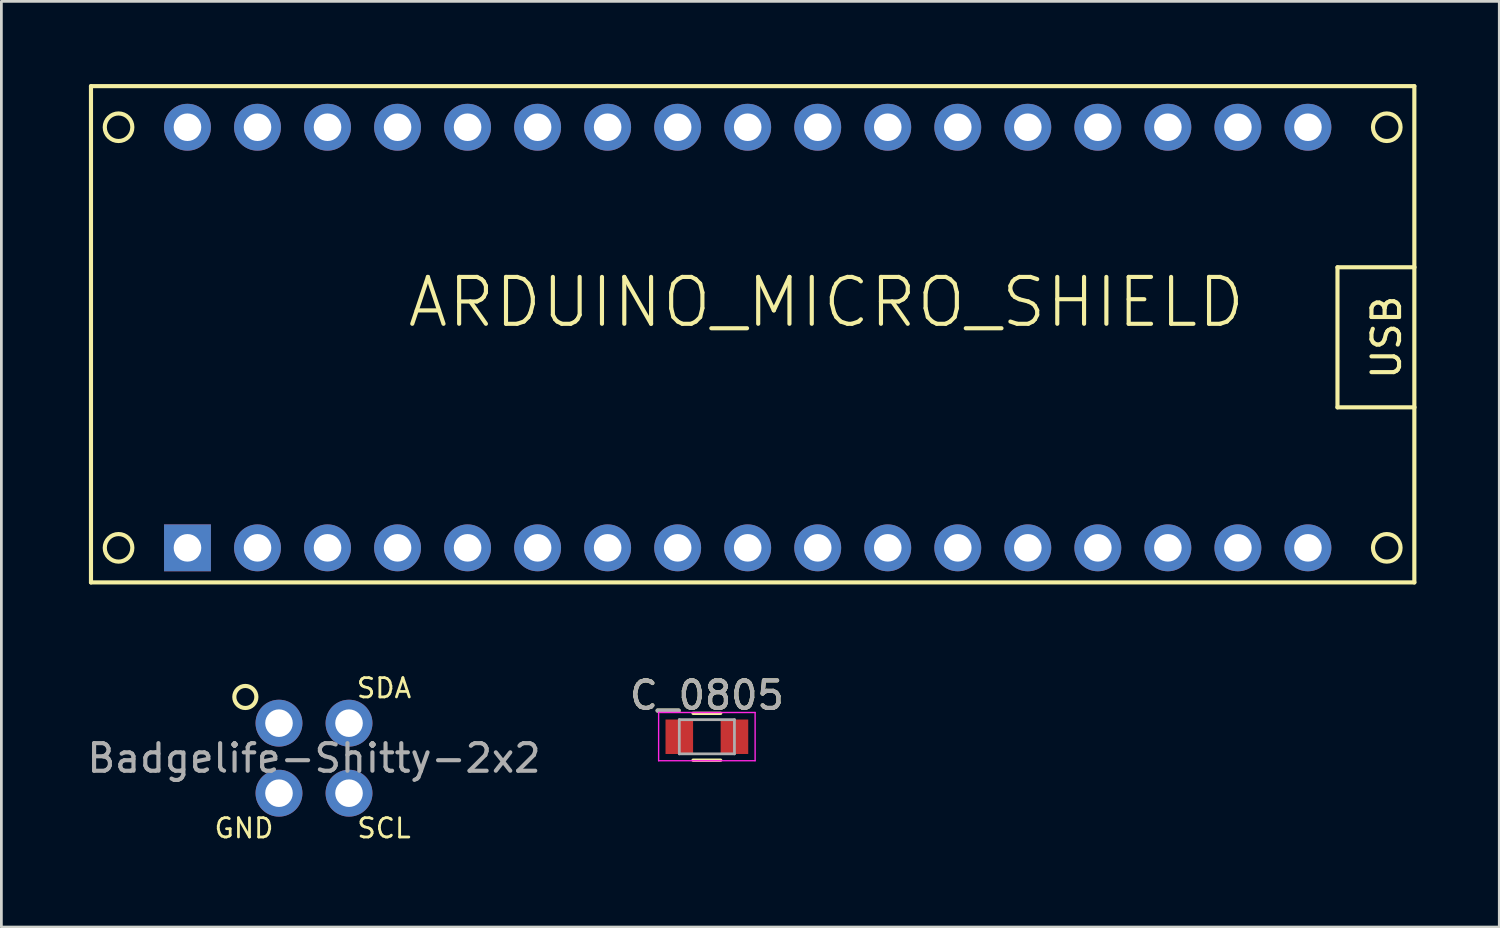
<source format=kicad_pcb>
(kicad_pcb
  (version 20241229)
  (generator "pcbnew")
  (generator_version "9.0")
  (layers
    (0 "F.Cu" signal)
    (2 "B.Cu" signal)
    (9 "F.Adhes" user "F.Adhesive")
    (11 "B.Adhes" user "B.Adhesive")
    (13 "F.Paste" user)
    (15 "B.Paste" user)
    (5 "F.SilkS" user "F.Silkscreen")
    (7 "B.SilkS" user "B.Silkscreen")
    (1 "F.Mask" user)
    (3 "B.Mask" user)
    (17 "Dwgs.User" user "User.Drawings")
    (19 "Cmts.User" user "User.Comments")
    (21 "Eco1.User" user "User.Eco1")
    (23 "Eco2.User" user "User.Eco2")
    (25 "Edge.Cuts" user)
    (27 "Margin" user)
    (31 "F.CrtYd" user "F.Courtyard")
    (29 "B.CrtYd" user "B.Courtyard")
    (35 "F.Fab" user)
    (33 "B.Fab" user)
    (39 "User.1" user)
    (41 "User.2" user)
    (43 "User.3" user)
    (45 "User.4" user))
  (footprint "ARDUINO_MICRO_SHIELD"
    (layer "F.Cu")
    (at 0.25 18.075)
    (property "Reference" "ARDUINO_MICRO_SHIELD" (at 26.67 -10.16 0) (layer "F.SilkS") (effects (font (size 1.7 1.7) (thickness 0.15))))
    (attr through_hole)
    (fp_line (start 0 -18) (end 48 -18) (stroke (width 0.15) (type solid)) (layer "F.SilkS"))
    (fp_line (start 0 0) (end 0 -18) (stroke (width 0.15) (type solid)) (layer "F.SilkS"))
    (fp_line (start 45.212 -11.43) (end 48.006 -11.43) (stroke (width 0.15) (type solid)) (layer "F.SilkS"))
    (fp_line (start 45.212 -6.35) (end 45.212 -11.43) (stroke (width 0.15) (type solid)) (layer "F.SilkS"))
    (fp_line (start 48 -18) (end 48 0) (stroke (width 0.15) (type solid)) (layer "F.SilkS"))
    (fp_line (start 48 0) (end 0 0) (stroke (width 0.15) (type solid)) (layer "F.SilkS"))
    (fp_line (start 48.006 -6.35) (end 45.212 -6.35) (stroke (width 0.15) (type solid)) (layer "F.SilkS"))
    (fp_circle (center 1 -16.51) (end 1.5 -16.51) (stroke (width 0.15) (type solid)) (fill no) (layer "F.SilkS"))
    (fp_circle (center 1 -1.254) (end 1.5 -1.254) (stroke (width 0.15) (type solid)) (fill no) (layer "F.SilkS"))
    (fp_circle (center 47 -16.51) (end 47.5 -16.51) (stroke (width 0.15) (type solid)) (fill no) (layer "F.SilkS"))
    (fp_circle (center 47 -1.254) (end 47.5 -1.254) (stroke (width 0.15) (type solid)) (fill no) (layer "F.SilkS"))
    (fp_text user "USB" (at 46.99 -8.89 90) (layer "F.SilkS") (effects (font (size 1 1) (thickness 0.15))))
    (pad "2" thru_hole circle (at 18.74 -1.254) (size 1.7 1.7) (drill 1) (layers "*.Cu" "*.Mask"))
    (pad "3" thru_hole circle (at 21.28 -1.254) (size 1.7 1.7) (drill 1) (layers "*.Cu" "*.Mask"))
    (pad "3.3V" thru_hole circle (at 41.6 -16.51) (size 1.7 1.7) (drill 1) (layers "*.Cu" "*.Mask"))
    (pad "4" thru_hole circle (at 23.82 -1.254) (size 1.7 1.7) (drill 1) (layers "*.Cu" "*.Mask"))
    (pad "5" thru_hole circle (at 26.36 -1.254) (size 1.7 1.7) (drill 1) (layers "*.Cu" "*.Mask"))
    (pad "5V" thru_hole circle (at 16.2 -16.51) (size 1.7 1.7) (drill 1) (layers "*.Cu" "*.Mask"))
    (pad "6" thru_hole circle (at 28.9 -1.254) (size 1.7 1.7) (drill 1) (layers "*.Cu" "*.Mask"))
    (pad "7" thru_hole circle (at 31.44 -1.254) (size 1.7 1.7) (drill 1) (layers "*.Cu" "*.Mask"))
    (pad "8" thru_hole circle (at 33.98 -1.254) (size 1.7 1.7) (drill 1) (layers "*.Cu" "*.Mask"))
    (pad "9" thru_hole circle (at 36.52 -1.254) (size 1.7 1.7) (drill 1) (layers "*.Cu" "*.Mask"))
    (pad "10" thru_hole circle (at 39.06 -1.254) (size 1.7 1.7) (drill 1) (layers "*.Cu" "*.Mask"))
    (pad "11" thru_hole circle (at 41.6 -1.254) (size 1.7 1.7) (drill 1) (layers "*.Cu" "*.Mask"))
    (pad "12" thru_hole circle (at 44.14 -1.254) (size 1.7 1.7) (drill 1) (layers "*.Cu" "*.Mask"))
    (pad "13" thru_hole circle (at 44.14 -16.51) (size 1.7 1.7) (drill 1) (layers "*.Cu" "*.Mask"))
    (pad "A0" thru_hole circle (at 36.52 -16.51) (size 1.7 1.7) (drill 1) (layers "*.Cu" "*.Mask"))
    (pad "A1" thru_hole circle (at 33.98 -16.51) (size 1.7 1.7) (drill 1) (layers "*.Cu" "*.Mask"))
    (pad "A2" thru_hole circle (at 31.44 -16.51) (size 1.7 1.7) (drill 1) (layers "*.Cu" "*.Mask"))
    (pad "A3" thru_hole circle (at 28.9 -16.51) (size 1.7 1.7) (drill 1) (layers "*.Cu" "*.Mask"))
    (pad "A4" thru_hole circle (at 26.36 -16.51) (size 1.7 1.7) (drill 1) (layers "*.Cu" "*.Mask"))
    (pad "A5" thru_hole circle (at 23.82 -16.51) (size 1.7 1.7) (drill 1) (layers "*.Cu" "*.Mask"))
    (pad "AREF" thru_hole circle (at 39.06 -16.51) (size 1.7 1.7) (drill 1) (layers "*.Cu" "*.Mask"))
    (pad "GND" thru_hole circle (at 11.12 -16.51) (size 1.7 1.7) (drill 1) (layers "*.Cu" "*.Mask"))
    (pad "GND" thru_hole circle (at 16.2 -1.254) (size 1.7 1.7) (drill 1) (layers "*.Cu" "*.Mask"))
    (pad "MI" thru_hole circle (at 6.04 -16.51) (size 1.7 1.7) (drill 1) (layers "*.Cu" "*.Mask"))
    (pad "MO" thru_hole rect (at 3.5 -1.254) (size 1.7 1.7) (drill 1) (layers "*.Cu" "*.Mask"))
    (pad "NC" thru_hole circle (at 18.74 -16.51) (size 1.7 1.7) (drill 1) (layers "*.Cu" "*.Mask"))
    (pad "NC" thru_hole circle (at 21.28 -16.51) (size 1.7 1.7) (drill 1) (layers "*.Cu" "*.Mask"))
    (pad "RST" thru_hole circle (at 13.66 -16.51) (size 1.7 1.7) (drill 1) (layers "*.Cu" "*.Mask"))
    (pad "RST" thru_hole circle (at 13.66 -1.254) (size 1.7 1.7) (drill 1) (layers "*.Cu" "*.Mask"))
    (pad "RX" thru_hole circle (at 11.12 -1.254) (size 1.7 1.7) (drill 1) (layers "*.Cu" "*.Mask"))
    (pad "SCK" thru_hole circle (at 3.5 -16.51) (size 1.7 1.7) (drill 1) (layers "*.Cu" "*.Mask"))
    (pad "SS" thru_hole circle (at 6.04 -1.254) (size 1.7 1.7) (drill 1) (layers "*.Cu" "*.Mask"))
    (pad "TX" thru_hole circle (at 8.58 -1.254) (size 1.7 1.7) (drill 1) (layers "*.Cu" "*.Mask"))
    (pad "VI" thru_hole circle (at 8.58 -16.51) (size 1.7 1.7) (drill 1) (layers "*.Cu" "*.Mask")))
  (footprint "Badgelife-Shitty-2x2"
    (layer "F.Cu")
    (at 8.339 24.45)
    (property "Reference" "Badgelife-Shitty-2x2" (at 0 0 0) (layer "F.Fab") (effects (font (size 1 1) (thickness 0.15))))
    (attr through_hole)
    (fp_circle (center -2.49 -2.22) (end -2.09 -2.22) (stroke (width 0.15) (type solid)) (fill no) (layer "F.SilkS"))
    (fp_text user "SDA" (at 2.54 -2.54 0) (layer "F.SilkS") (effects (font (size 0.7 0.7) (thickness 0.1))))
    (fp_text user "GND" (at -2.54 2.54 0) (layer "F.SilkS") (effects (font (size 0.7 0.7) (thickness 0.1))))
    (fp_text user "SCL" (at 2.54 2.54 0) (layer "F.SilkS") (effects (font (size 0.7 0.7) (thickness 0.1))))
    (pad "1" thru_hole oval (at -1.27 -1.27) (size 1.7 1.7) (drill 1) (layers "*.Cu" "*.Mask"))
    (pad "2" thru_hole oval (at -1.27 1.27) (size 1.7 1.7) (drill 1) (layers "*.Cu" "*.Mask"))
    (pad "3" thru_hole oval (at 1.27 1.27) (size 1.7 1.7) (drill 1) (layers "*.Cu" "*.Mask"))
    (pad "4" thru_hole circle (at 1.27 -1.27) (size 1.7 1.7) (drill 1) (layers "*.Cu" "*.Mask")))
  (footprint "C_0805"
    (layer "F.Cu")
    (at 22.589 23.673)
    (property "Reference" "C_0805" (at 0 -1.5 0) (layer "F.SilkS") (effects (font (size 1 1) (thickness 0.15))))
    (attr smd)
    (fp_line (start -0.5 0.85) (end 0.5 0.85) (stroke (width 0.12) (type solid)) (layer "F.SilkS"))
    (fp_line (start 0.5 -0.85) (end -0.5 -0.85) (stroke (width 0.12) (type solid)) (layer "F.SilkS"))
    (fp_line (start -1.75 -0.88) (end -1.75 0.87) (stroke (width 0.05) (type solid)) (layer "F.CrtYd"))
    (fp_line (start -1.75 -0.88) (end 1.75 -0.88) (stroke (width 0.05) (type solid)) (layer "F.CrtYd"))
    (fp_line (start 1.75 0.87) (end -1.75 0.87) (stroke (width 0.05) (type solid)) (layer "F.CrtYd"))
    (fp_line (start 1.75 0.87) (end 1.75 -0.88) (stroke (width 0.05) (type solid)) (layer "F.CrtYd"))
    (fp_line (start -1 -0.62) (end 1 -0.62) (stroke (width 0.1) (type solid)) (layer "F.Fab"))
    (fp_line (start -1 0.62) (end -1 -0.62) (stroke (width 0.1) (type solid)) (layer "F.Fab"))
    (fp_line (start 1 -0.62) (end 1 0.62) (stroke (width 0.1) (type solid)) (layer "F.Fab"))
    (fp_line (start 1 0.62) (end -1 0.62) (stroke (width 0.1) (type solid)) (layer "F.Fab"))
    (fp_text user "${REFERENCE}" (at 0 -1.5 0) (layer "F.Fab") (effects (font (size 1 1) (thickness 0.15))))
    (pad "1" smd rect (at -1 0) (size 1 1.25) (layers "F.Cu" "F.Mask" "F.Paste"))
    (pad "2" smd rect (at 1 0) (size 1 1.25) (layers "F.Cu" "F.Mask" "F.Paste")))
  (gr_rect
    (start -3 -3)
    (end 51.331 30.575)
    (stroke (width 0.1) (type default))
    (fill no)
    (layer "Edge.Cuts")))
</source>
